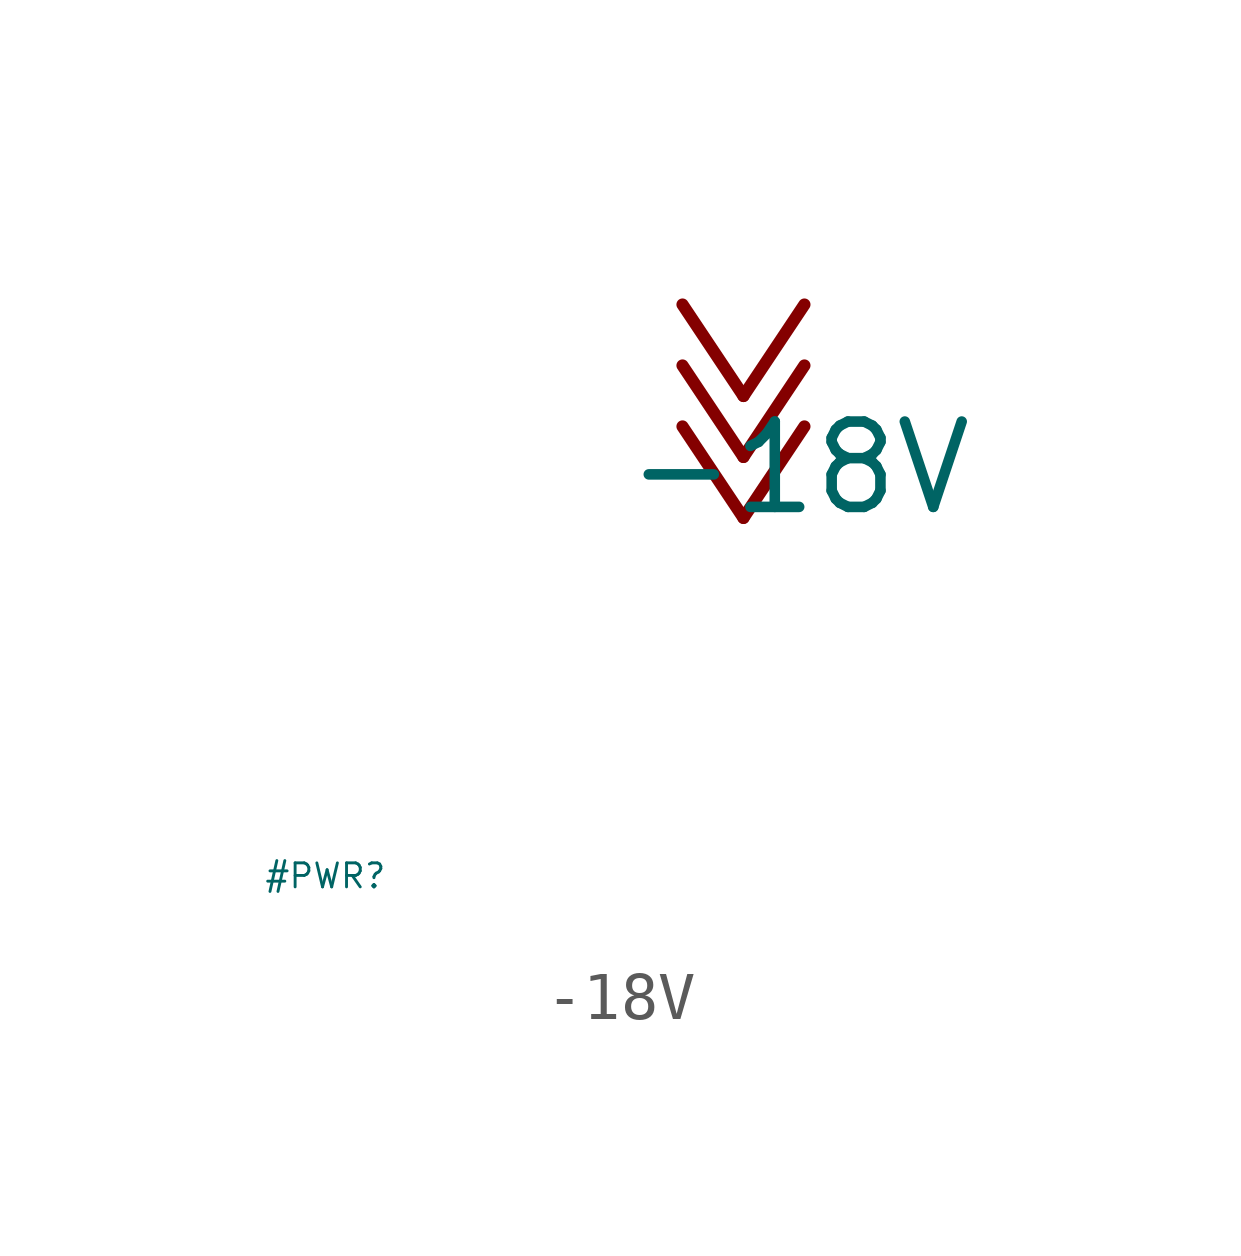
<source format=kicad_sym>
(kicad_symbol_lib
  (version 20220914)
  (generator Eagle2Kicad)
  (symbol "-18V"
    (power)
    (pin_names
      (offset 0))
    (property "Reference" "#PWR"
      (at -10 -10 0)
      (effects (font (size 0.5 0.5) (thickness 0.06)) (justify left)))
    (property "Value" "-18V"
      (at -2.54 -2.54 0)
      (effects (font (size 1.778 1.778) (thickness 0.22)) (justify left bottom)))
    (polyline
      (pts (xy -1.27 1.905) (xy 0 0))
      (stroke (width 0.254) (type default))
      (fill (type none)))
    (polyline
      (pts (xy 0 0) (xy 1.27 1.905))
      (stroke (width 0.254) (type default))
      (fill (type none)))
    (polyline
      (pts (xy -1.27 0.635) (xy 0 -1.27))
      (stroke (width 0.254) (type default))
      (fill (type none)))
    (polyline
      (pts (xy 0 -1.27) (xy 1.27 0.635))
      (stroke (width 0.254) (type default))
      (fill (type none)))
    (polyline
      (pts (xy -1.27 -0.635) (xy 0 -2.54))
      (stroke (width 0.254) (type default))
      (fill (type none)))
    (polyline
      (pts (xy 0 -2.54) (xy 1.27 -0.635))
      (stroke (width 0.254) (type default))
      (fill (type none)))
    (pin power_in line
      (at 0 2.54 270)
      (length 2.54) hide
      (name "-18V" (effects (font (size 0.635 0.635) (thickness 0.08)) (justify left bottom)))
      (number "1" (effects (font (size 0.635 0.635) (thickness 0.08)) (justify left bottom))))))
</source>
